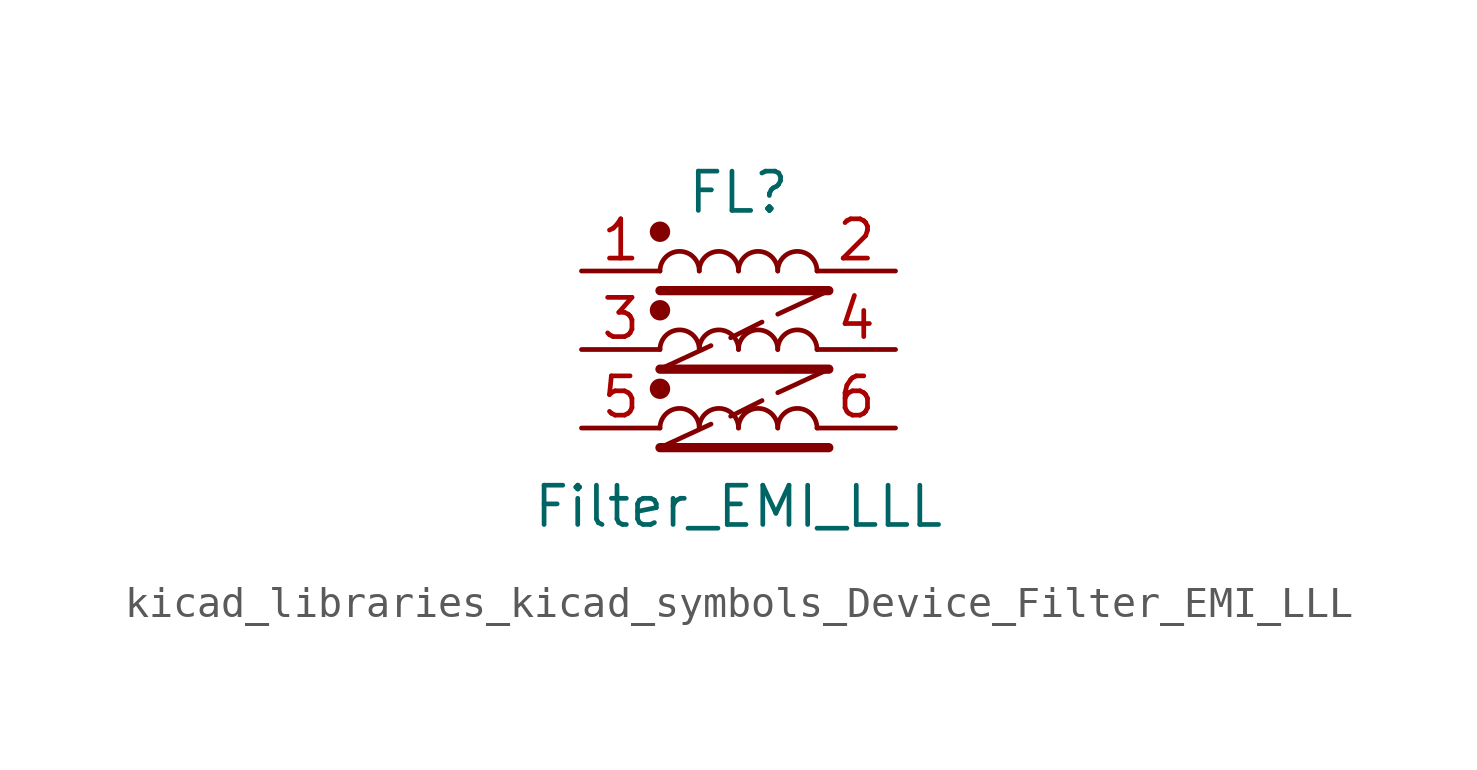
<source format=kicad_sym>
(kicad_symbol_lib
  (version 20220914)
  (generator kicad_symbol_editor)
  (symbol "kicad_libraries_kicad_symbols_Device_Filter_EMI_LLL"
    (pin_names hide)
    (property "Reference" "FL"
      (at 0 5.08 0)
      (effects (font (size 1.27 1.27))))
    (property "Value" "Filter_EMI_LLL"
      (at 0 -5.08 0)
      (effects (font (size 1.27 1.27))))
    (symbol "kicad_libraries_kicad_symbols_Device_Filter_EMI_LLL_0_1"
      (circle (center -2.54 -1.27) (radius 0.254) (stroke (width 0) (type default)) (fill (type outline)))
      (circle (center -2.54 1.27) (radius 0.254) (stroke (width 0) (type default)) (fill (type outline)))
      (circle (center -2.54 3.81) (radius 0.254) (stroke (width 0) (type default)) (fill (type outline)))
      (arc (start -1.27 -2.54) (mid -1.905 -1.9077) (end -2.54 -2.54) (stroke (width 0) (type default)) (fill (type none)))
      (arc (start -1.27 0) (mid -1.905 0.6323) (end -2.54 0) (stroke (width 0) (type default)) (fill (type none)))
      (arc (start -1.27 2.54) (mid -1.905 3.1723) (end -2.54 2.54) (stroke (width 0) (type default)) (fill (type none)))
      (arc (start 0 -2.54) (mid -0.635 -1.9077) (end -1.27 -2.54) (stroke (width 0) (type default)) (fill (type none)))
      (arc (start 0 0) (mid -0.635 0.6323) (end -1.27 0) (stroke (width 0) (type default)) (fill (type none)))
      (polyline (pts (xy -2.54 -3.175) (xy 2.921 -3.175)) (stroke (width 0.3) (type default)) (fill (type none)))
      (polyline (pts (xy -2.54 -0.635) (xy 2.921 -0.635)) (stroke (width 0.3) (type default)) (fill (type none)))
      (polyline (pts (xy -2.54 1.905) (xy 2.921 1.905)) (stroke (width 0.3) (type default)) (fill (type none)))
      (polyline (pts (xy -0.889 -2.413) (xy -2.54 -3.175)) (stroke (width 0.152) (type default)) (fill (type none)))
      (polyline (pts (xy -0.889 0.127) (xy -2.54 -0.635)) (stroke (width 0.152) (type default)) (fill (type none)))
      (polyline (pts (xy 0.762 -1.651) (xy -0.254 -2.159)) (stroke (width 0.152) (type default)) (fill (type none)))
      (polyline (pts (xy 0.762 0.889) (xy -0.254 0.381)) (stroke (width 0.152) (type default)) (fill (type none)))
      (polyline (pts (xy 2.921 -0.635) (xy 1.27 -1.397)) (stroke (width 0.152) (type default)) (fill (type none)))
      (polyline (pts (xy 2.921 1.905) (xy 1.27 1.143)) (stroke (width 0.152) (type default)) (fill (type none)))
      (arc (start 0 2.54) (mid -0.635 3.1723) (end -1.27 2.54) (stroke (width 0) (type default)) (fill (type none)))
      (arc (start 1.27 -2.54) (mid 0.635 -1.9077) (end 0 -2.54) (stroke (width 0) (type default)) (fill (type none)))
      (arc (start 1.27 0) (mid 0.635 0.6323) (end 0 0) (stroke (width 0) (type default)) (fill (type none)))
      (arc (start 1.27 2.54) (mid 0.635 3.1723) (end 0 2.54) (stroke (width 0) (type default)) (fill (type none)))
      (arc (start 2.54 -2.54) (mid 1.905 -1.9077) (end 1.27 -2.54) (stroke (width 0) (type default)) (fill (type none)))
      (arc (start 2.54 0) (mid 1.905 0.6323) (end 1.27 0) (stroke (width 0) (type default)) (fill (type none)))
      (arc (start 2.54 2.54) (mid 1.905 3.1723) (end 1.27 2.54) (stroke (width 0) (type default)) (fill (type none))))
    (symbol "kicad_libraries_kicad_symbols_Device_Filter_EMI_LLL_1_1"
      (pin passive line (at -5.08 2.54 0) (length 2.54) (name "1" (effects (font (size 1.27 1.27)))) (number "1" (effects (font (size 1.27 1.27)))))
      (pin passive line (at 5.08 2.54 180) (length 2.54) (name "2" (effects (font (size 1.27 1.27)))) (number "2" (effects (font (size 1.27 1.27)))))
      (pin passive line (at -5.08 0 0) (length 2.54) (name "3" (effects (font (size 1.27 1.27)))) (number "3" (effects (font (size 1.27 1.27)))))
      (pin passive line (at 5.08 0 180) (length 2.54) (name "4" (effects (font (size 1.27 1.27)))) (number "4" (effects (font (size 1.27 1.27)))))
      (pin passive line (at -5.08 -2.54 0) (length 2.54) (name "5" (effects (font (size 1.27 1.27)))) (number "5" (effects (font (size 1.27 1.27)))))
      (pin passive line (at 5.08 -2.54 180) (length 2.54) (name "6" (effects (font (size 1.27 1.27)))) (number "6" (effects (font (size 1.27 1.27))))))))
</source>
